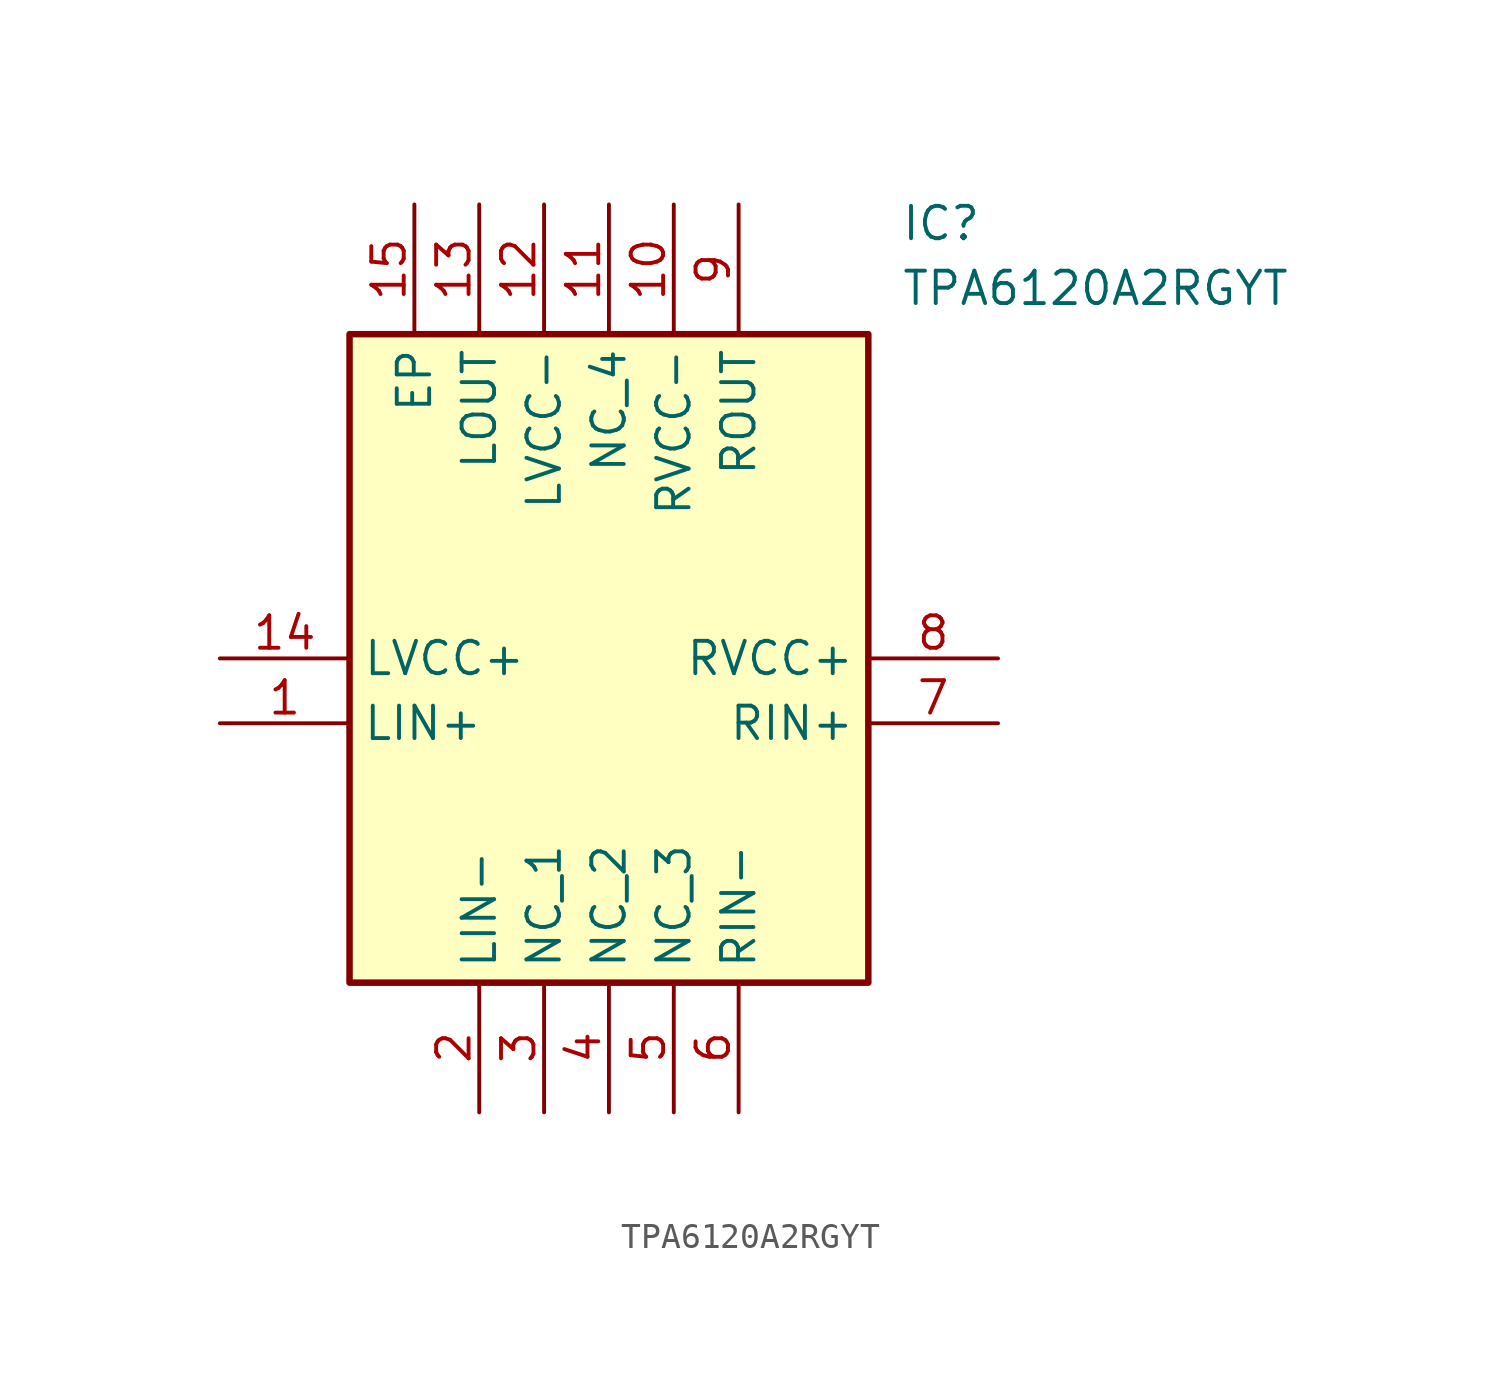
<source format=kicad_sym>
(kicad_symbol_lib
  (version 20211014)
  (generator SamacSys_ECAD_Model)
  (symbol "TPA6120A2RGYT"
    (property "Reference" "IC"
      (at 26.67 17.78 0)
      (effects (font (size 1.27 1.27)) (justify left top)))
    (property "Value" "TPA6120A2RGYT"
      (at 26.67 15.24 0)
      (effects (font (size 1.27 1.27)) (justify left top)))
    (rectangle
      (start 5.08 12.7)
      (end 25.4 -12.7)
      (stroke (width 0.254) (type default))
      (fill (type background)))
    (pin passive line
      (at 0 -2.54 0)
      (length 5.08)
      (name "LIN+" (effects (font (size 1.27 1.27))))
      (number "1" (effects (font (size 1.27 1.27)))))
    (pin passive line
      (at 10.16 -17.78 90)
      (length 5.08)
      (name "LIN-" (effects (font (size 1.27 1.27))))
      (number "2" (effects (font (size 1.27 1.27)))))
    (pin passive line
      (at 12.7 -17.78 90)
      (length 5.08)
      (name "NC_1" (effects (font (size 1.27 1.27))))
      (number "3" (effects (font (size 1.27 1.27)))))
    (pin passive line
      (at 15.24 -17.78 90)
      (length 5.08)
      (name "NC_2" (effects (font (size 1.27 1.27))))
      (number "4" (effects (font (size 1.27 1.27)))))
    (pin passive line
      (at 17.78 -17.78 90)
      (length 5.08)
      (name "NC_3" (effects (font (size 1.27 1.27))))
      (number "5" (effects (font (size 1.27 1.27)))))
    (pin passive line
      (at 20.32 -17.78 90)
      (length 5.08)
      (name "RIN-" (effects (font (size 1.27 1.27))))
      (number "6" (effects (font (size 1.27 1.27)))))
    (pin passive line
      (at 30.48 -2.54 180)
      (length 5.08)
      (name "RIN+" (effects (font (size 1.27 1.27))))
      (number "7" (effects (font (size 1.27 1.27)))))
    (pin passive line
      (at 30.48 0 180)
      (length 5.08)
      (name "RVCC+" (effects (font (size 1.27 1.27))))
      (number "8" (effects (font (size 1.27 1.27)))))
    (pin passive line
      (at 20.32 17.78 270)
      (length 5.08)
      (name "ROUT" (effects (font (size 1.27 1.27))))
      (number "9" (effects (font (size 1.27 1.27)))))
    (pin passive line
      (at 17.78 17.78 270)
      (length 5.08)
      (name "RVCC-" (effects (font (size 1.27 1.27))))
      (number "10" (effects (font (size 1.27 1.27)))))
    (pin passive line
      (at 15.24 17.78 270)
      (length 5.08)
      (name "NC_4" (effects (font (size 1.27 1.27))))
      (number "11" (effects (font (size 1.27 1.27)))))
    (pin passive line
      (at 12.7 17.78 270)
      (length 5.08)
      (name "LVCC-" (effects (font (size 1.27 1.27))))
      (number "12" (effects (font (size 1.27 1.27)))))
    (pin passive line
      (at 10.16 17.78 270)
      (length 5.08)
      (name "LOUT" (effects (font (size 1.27 1.27))))
      (number "13" (effects (font (size 1.27 1.27)))))
    (pin passive line
      (at 0 0 0)
      (length 5.08)
      (name "LVCC+" (effects (font (size 1.27 1.27))))
      (number "14" (effects (font (size 1.27 1.27)))))
    (pin passive line
      (at 7.62 17.78 270)
      (length 5.08)
      (name "EP" (effects (font (size 1.27 1.27))))
      (number "15" (effects (font (size 1.27 1.27)))))))
</source>
